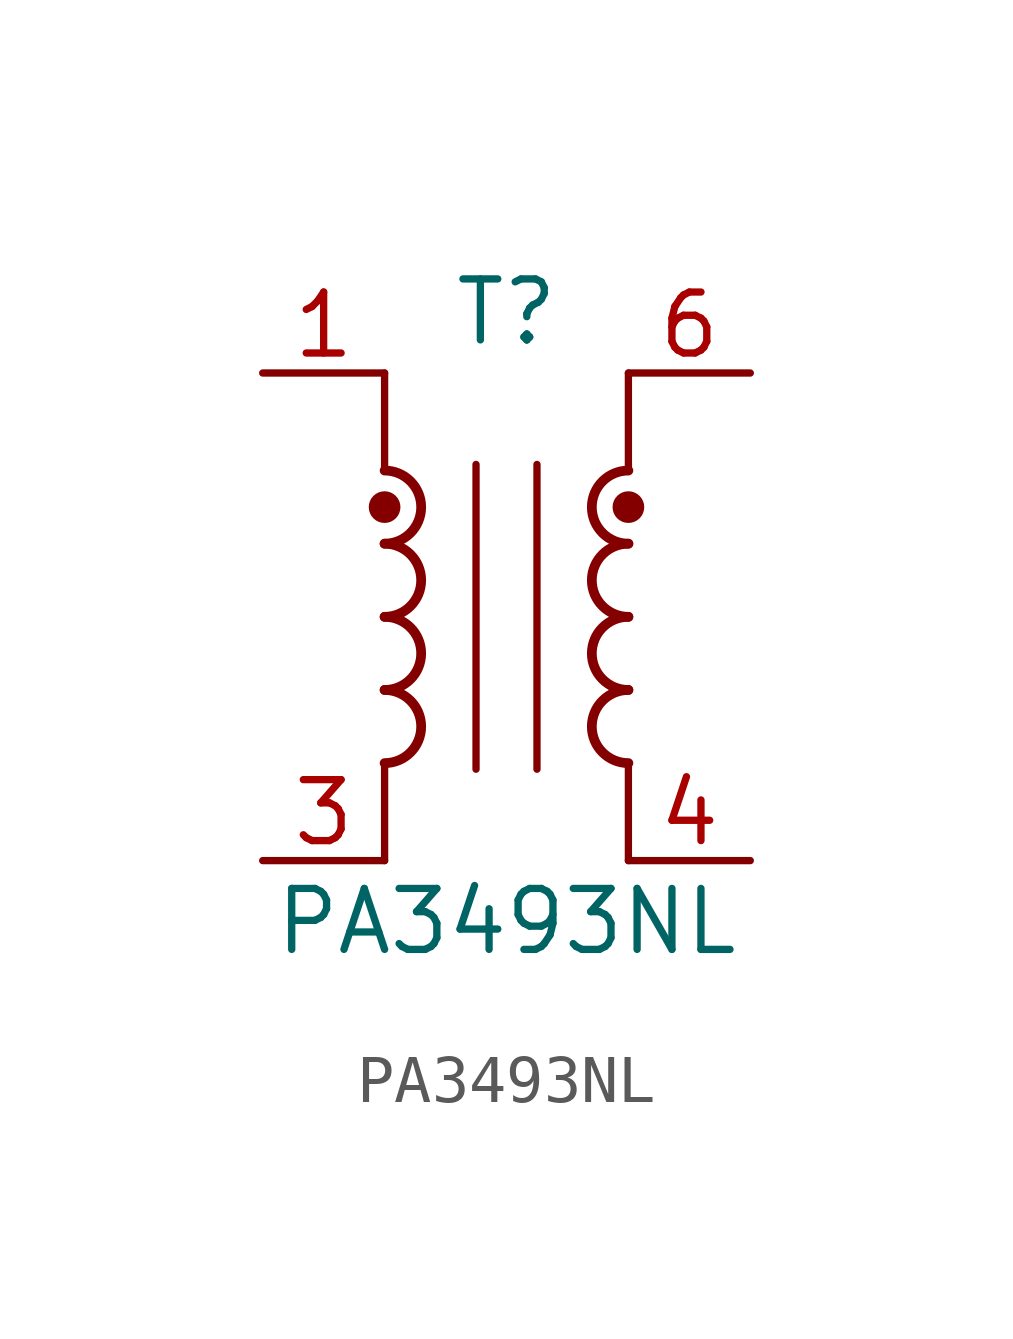
<source format=kicad_sym>
(kicad_symbol_lib
  (version 20231120)
  (generator "kicad_symbol_editor")
  (generator_version "8.0")
  (symbol "PA3493NL"
    (pin_names hide)
    (property "Reference" "T"
      (at 0 6.35 0)
      (effects (font (size 1.27 1.27))))
    (property "Value" "PA3493NL"
      (at 0 -6.35 0)
      (effects (font (size 1.27 1.27))))
    (symbol "PA3493NL_0_1"
      (arc (start -2.54 -3.048) (mid -1.7813 -2.286) (end -2.54 -1.524) (stroke (width 0.2032) (type default)) (fill (type none)))
      (arc (start -2.54 -1.524) (mid -1.7813 -0.762) (end -2.54 0) (stroke (width 0.2032) (type default)) (fill (type none)))
      (arc (start -2.54 0) (mid -1.7813 0.762) (end -2.54 1.524) (stroke (width 0.2032) (type default)) (fill (type none)))
      (circle (center -2.54 2.286) (radius 0.254) (stroke (width 0) (type default)) (fill (type outline)))
      (polyline (pts (xy -2.54 -3.048) (xy -2.54 -5.08)) (stroke (width 0) (type default)) (fill (type none)))
      (polyline (pts (xy -2.54 5.08) (xy -2.54 3.048)) (stroke (width 0) (type default)) (fill (type none)))
      (polyline (pts (xy -0.635 3.175) (xy -0.635 -3.175)) (stroke (width 0) (type default)) (fill (type none)))
      (polyline (pts (xy 0.635 3.175) (xy 0.635 -3.175)) (stroke (width 0) (type default)) (fill (type none)))
      (polyline (pts (xy 2.54 -3.048) (xy 2.54 -5.08)) (stroke (width 0) (type default)) (fill (type none)))
      (polyline (pts (xy 2.54 5.08) (xy 2.54 3.048)) (stroke (width 0) (type default)) (fill (type none)))
      (arc (start 2.54 -1.524) (mid 1.7813 -2.286) (end 2.54 -3.048) (stroke (width 0.2032) (type default)) (fill (type none)))
      (arc (start 2.54 0) (mid 1.7813 -0.762) (end 2.54 -1.524) (stroke (width 0.2032) (type default)) (fill (type none)))
      (arc (start 2.54 1.524) (mid 1.7813 0.762) (end 2.54 0) (stroke (width 0.2032) (type default)) (fill (type none)))
      (circle (center 2.54 2.286) (radius 0.254) (stroke (width 0) (type default)) (fill (type outline)))
      (arc (start 2.54 3.048) (mid 1.7813 2.286) (end 2.54 1.524) (stroke (width 0.2032) (type default)) (fill (type none))))
    (symbol "PA3493NL_1_1"
      (arc (start -2.54 1.524) (mid -1.7813 2.286) (end -2.54 3.048) (stroke (width 0.2032) (type default)) (fill (type none)))
      (pin passive line (at -5.08 5.08 0) (length 2.54) (name "~" (effects (font (size 1.27 1.27)))) (number "1" (effects (font (size 1.27 1.27)))))
      (pin passive line (at -5.08 -5.08 0) (length 2.54) (name "~" (effects (font (size 1.27 1.27)))) (number "3" (effects (font (size 1.27 1.27)))))
      (pin passive line (at 5.08 -5.08 180) (length 2.54) (name "~" (effects (font (size 1.27 1.27)))) (number "4" (effects (font (size 1.27 1.27)))))
      (pin passive line (at 5.08 5.08 180) (length 2.54) (name "~" (effects (font (size 1.27 1.27)))) (number "6" (effects (font (size 1.27 1.27))))))))
</source>
